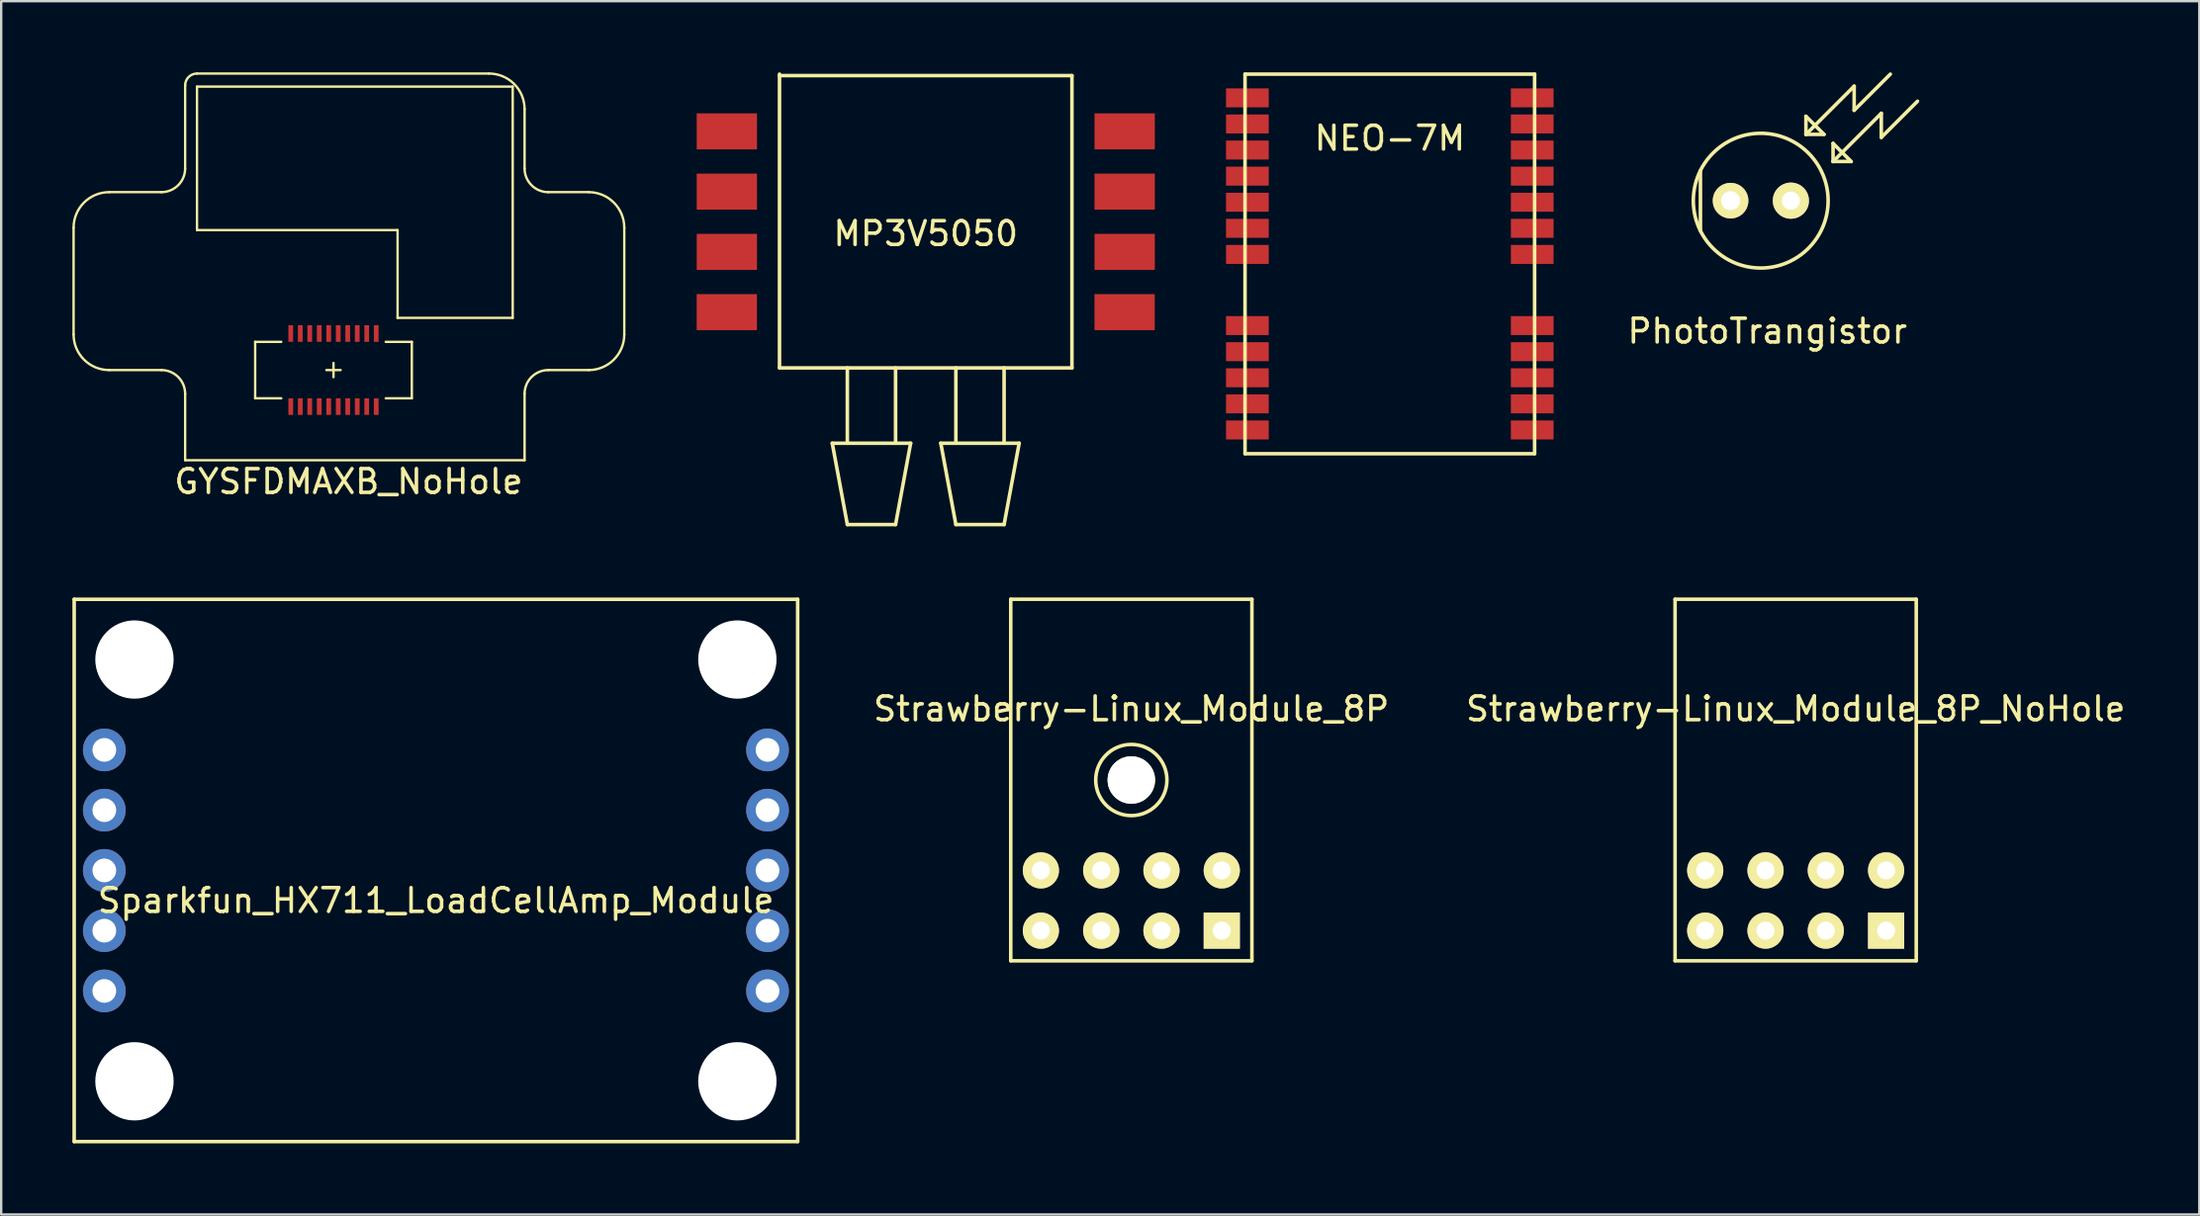
<source format=kicad_pcb>
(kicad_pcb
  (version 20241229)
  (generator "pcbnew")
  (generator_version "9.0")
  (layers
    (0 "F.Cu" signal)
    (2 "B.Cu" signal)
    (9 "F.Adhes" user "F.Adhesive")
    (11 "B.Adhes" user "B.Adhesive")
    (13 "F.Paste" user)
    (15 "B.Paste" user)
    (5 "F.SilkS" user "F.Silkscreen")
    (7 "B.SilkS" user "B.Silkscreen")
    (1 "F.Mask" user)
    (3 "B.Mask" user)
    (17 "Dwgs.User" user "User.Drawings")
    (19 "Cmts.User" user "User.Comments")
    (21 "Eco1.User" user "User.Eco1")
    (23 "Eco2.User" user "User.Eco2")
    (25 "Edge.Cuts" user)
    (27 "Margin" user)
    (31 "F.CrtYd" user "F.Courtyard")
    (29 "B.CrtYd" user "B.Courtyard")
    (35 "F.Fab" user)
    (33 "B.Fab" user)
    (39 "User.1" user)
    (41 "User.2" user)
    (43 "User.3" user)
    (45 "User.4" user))
  (footprint "NEO-7M"
    (layer "F.Cu")
    (at 55.502 8.175)
    (property "Reference" "NEO-7M" (at 0 -5.4 0) (layer "F.SilkS") (effects (font (size 1 1) (thickness 0.15))))
    (attr through_hole)
    (fp_line (start -6.1 -8.1) (end -6.1 7.9) (stroke (width 0.15) (type solid)) (layer "F.SilkS"))
    (fp_line (start -6.1 7.9) (end 6.1 7.9) (stroke (width 0.15) (type solid)) (layer "F.SilkS"))
    (fp_line (start 6.1 -8.1) (end -6.1 -8.1) (stroke (width 0.15) (type solid)) (layer "F.SilkS"))
    (fp_line (start 6.1 7.9) (end 6.1 -8.1) (stroke (width 0.15) (type solid)) (layer "F.SilkS"))
    (pad "1" smd rect (at -6 -7.1) (size 1.8 0.8) (layers "F.Cu" "F.Mask" "F.Paste"))
    (pad "2" smd rect (at -6 -6) (size 1.8 0.8) (layers "F.Cu" "F.Mask" "F.Paste"))
    (pad "3" smd rect (at -6 -4.9) (size 1.8 0.8) (layers "F.Cu" "F.Mask" "F.Paste"))
    (pad "4" smd rect (at -6 -3.8) (size 1.8 0.8) (layers "F.Cu" "F.Mask" "F.Paste"))
    (pad "5" smd rect (at -6 -2.7) (size 1.8 0.8) (layers "F.Cu" "F.Mask" "F.Paste"))
    (pad "6" smd rect (at -6 -1.6) (size 1.8 0.8) (layers "F.Cu" "F.Mask" "F.Paste"))
    (pad "7" smd rect (at -6 -0.5) (size 1.8 0.8) (layers "F.Cu" "F.Mask" "F.Paste"))
    (pad "8" smd rect (at -6 2.5) (size 1.8 0.8) (layers "F.Cu" "F.Mask" "F.Paste"))
    (pad "9" smd rect (at -6 3.6) (size 1.8 0.8) (layers "F.Cu" "F.Mask" "F.Paste"))
    (pad "10" smd rect (at -6 4.7) (size 1.8 0.8) (layers "F.Cu" "F.Mask" "F.Paste"))
    (pad "11" smd rect (at -6 5.8) (size 1.8 0.8) (layers "F.Cu" "F.Mask" "F.Paste"))
    (pad "12" smd rect (at -6 6.9) (size 1.8 0.8) (layers "F.Cu" "F.Mask" "F.Paste"))
    (pad "13" smd rect (at 6 6.9) (size 1.8 0.8) (layers "F.Cu" "F.Mask" "F.Paste"))
    (pad "14" smd rect (at 6 5.8) (size 1.8 0.8) (layers "F.Cu" "F.Mask" "F.Paste"))
    (pad "15" smd rect (at 6 4.7) (size 1.8 0.8) (layers "F.Cu" "F.Mask" "F.Paste"))
    (pad "16" smd rect (at 6 3.6) (size 1.8 0.8) (layers "F.Cu" "F.Mask" "F.Paste"))
    (pad "17" smd rect (at 6 2.5) (size 1.8 0.8) (layers "F.Cu" "F.Mask" "F.Paste"))
    (pad "18" smd rect (at 6 -0.5) (size 1.8 0.8) (layers "F.Cu" "F.Mask" "F.Paste"))
    (pad "19" smd rect (at 6 -1.6) (size 1.8 0.8) (layers "F.Cu" "F.Mask" "F.Paste"))
    (pad "20" smd rect (at 6 -2.7) (size 1.8 0.8) (layers "F.Cu" "F.Mask" "F.Paste"))
    (pad "21" smd rect (at 6 -3.8) (size 1.8 0.8) (layers "F.Cu" "F.Mask" "F.Paste"))
    (pad "22" smd rect (at 6 -4.9) (size 1.8 0.8) (layers "F.Cu" "F.Mask" "F.Paste"))
    (pad "23" smd rect (at 6 -6) (size 1.8 0.8) (layers "F.Cu" "F.Mask" "F.Paste"))
    (pad "24" smd rect (at 6 -7.1) (size 1.8 0.8) (layers "F.Cu" "F.Mask" "F.Paste")))
  (footprint "PhotoTrangistor"
    (layer "F.Cu")
    (at 69.858 5.409)
    (property "Reference" "PhotoTrangistor" (at 1.55 5.5 0) (layer "F.SilkS") (effects (font (size 1 1) (thickness 0.15))))
    (attr through_hole)
    (fp_line (start -1.27 -1.27) (end -1.27 1.27) (stroke (width 0.15) (type solid)) (layer "F.SilkS"))
    (fp_line (start 3.175 -3.556) (end 3.175 -2.794) (stroke (width 0.15) (type solid)) (layer "F.SilkS"))
    (fp_line (start 3.175 -2.794) (end 3.937 -2.794) (stroke (width 0.15) (type solid)) (layer "F.SilkS"))
    (fp_line (start 3.175 -2.794) (end 5.207 -4.826) (stroke (width 0.15) (type solid)) (layer "F.SilkS"))
    (fp_line (start 3.937 -2.794) (end 3.175 -3.556) (stroke (width 0.15) (type solid)) (layer "F.SilkS"))
    (fp_line (start 4.318 -2.413) (end 4.318 -1.651) (stroke (width 0.15) (type solid)) (layer "F.SilkS"))
    (fp_line (start 4.318 -1.651) (end 5.08 -1.651) (stroke (width 0.15) (type solid)) (layer "F.SilkS"))
    (fp_line (start 4.318 -1.651) (end 6.35 -3.683) (stroke (width 0.15) (type solid)) (layer "F.SilkS"))
    (fp_line (start 5.08 -1.651) (end 4.318 -2.413) (stroke (width 0.15) (type solid)) (layer "F.SilkS"))
    (fp_line (start 5.207 -4.826) (end 5.207 -3.81) (stroke (width 0.15) (type solid)) (layer "F.SilkS"))
    (fp_line (start 5.207 -3.81) (end 6.731 -5.334) (stroke (width 0.15) (type solid)) (layer "F.SilkS"))
    (fp_line (start 6.35 -3.683) (end 6.35 -2.667) (stroke (width 0.15) (type solid)) (layer "F.SilkS"))
    (fp_line (start 6.35 -2.667) (end 7.874 -4.191) (stroke (width 0.15) (type solid)) (layer "F.SilkS"))
    (fp_circle (center 1.27 0) (end 3.81 1.27) (stroke (width 0.15) (type solid)) (fill no) (layer "F.SilkS"))
    (pad "1" thru_hole circle (at 0 0) (size 1.5 1.5) (drill 0.8) (layers "*.Cu" "*.Mask" "F.SilkS"))
    (pad "3" thru_hole circle (at 2.54 0) (size 1.524 1.524) (drill 0.762) (layers "*.Cu" "*.Mask" "F.SilkS")))
  (footprint "Strawberry-Linux_Module_8P"
    (layer "F.Cu")
    (at 44.612 29.831)
    (property "Reference" "Strawberry-Linux_Module_8P" (at 0 -3 0) (layer "F.SilkS") (effects (font (size 1 1) (thickness 0.15))))
    (attr through_hole)
    (fp_line (start -5.08 -7.62) (end 5.08 -7.62) (stroke (width 0.15) (type solid)) (layer "F.SilkS"))
    (fp_line (start -5.08 7.62) (end -5.08 -7.62) (stroke (width 0.15) (type solid)) (layer "F.SilkS"))
    (fp_line (start 5.08 -7.62) (end 5.08 7.62) (stroke (width 0.15) (type solid)) (layer "F.SilkS"))
    (fp_line (start 5.08 7.62) (end -5.08 7.62) (stroke (width 0.15) (type solid)) (layer "F.SilkS"))
    (fp_circle (center 0 0) (end 1.5 0) (stroke (width 0.15) (type solid)) (fill no) (layer "F.SilkS"))
    (pad "" np_thru_hole circle (at 0 0) (size 2 2) (drill 2) (layers "*.Cu" "*.Mask" "F.SilkS"))
    (pad "1" thru_hole rect (at 3.81 6.35) (size 1.524 1.524) (drill 0.762) (layers "*.Cu" "*.Mask" "F.SilkS"))
    (pad "2" thru_hole circle (at 1.27 6.35) (size 1.524 1.524) (drill 0.762) (layers "*.Cu" "*.Mask" "F.SilkS"))
    (pad "3" thru_hole circle (at -1.27 6.35) (size 1.524 1.524) (drill 0.762) (layers "*.Cu" "*.Mask" "F.SilkS"))
    (pad "4" thru_hole circle (at -3.81 6.35) (size 1.524 1.524) (drill 0.762) (layers "*.Cu" "*.Mask" "F.SilkS"))
    (pad "5" thru_hole circle (at 3.81 3.81) (size 1.524 1.524) (drill 0.762) (layers "*.Cu" "*.Mask" "F.SilkS"))
    (pad "6" thru_hole circle (at 1.27 3.81) (size 1.524 1.524) (drill 0.762) (layers "*.Cu" "*.Mask" "F.SilkS"))
    (pad "7" thru_hole circle (at -1.27 3.81) (size 1.524 1.524) (drill 0.762) (layers "*.Cu" "*.Mask" "F.SilkS"))
    (pad "8" thru_hole circle (at -3.81 3.81) (size 1.524 1.524) (drill 0.762) (layers "*.Cu" "*.Mask" "F.SilkS")))
  (footprint "GYSFDMAXB_NoHole"
    (layer "F.Cu")
    (at 11 12.55)
    (property "Reference" "GYSFDMAXB_NoHole" (at 0.635 4.699 0) (layer "F.SilkS") (effects (font (size 1 1) (thickness 0.15))))
    (attr through_hole)
    (fp_line (start -10.95 -6) (end -10.95 -1.5) (stroke (width 0.1) (type solid)) (layer "F.SilkS"))
    (fp_line (start -9.45 -7.5) (end -7.25 -7.5) (stroke (width 0.1) (type solid)) (layer "F.SilkS"))
    (fp_line (start -7.25 0) (end -9.45 0) (stroke (width 0.1) (type solid)) (layer "F.SilkS"))
    (fp_line (start -6.25 -12) (end -6.25 -8.5) (stroke (width 0.1) (type solid)) (layer "F.SilkS"))
    (fp_line (start -6.25 3.8) (end -6.25 1) (stroke (width 0.1) (type solid)) (layer "F.SilkS"))
    (fp_line (start -5.75 -12.5) (end 6.55 -12.5) (stroke (width 0.1) (type solid)) (layer "F.SilkS"))
    (fp_line (start -5.75 -11.95) (end 7.55 -11.95) (stroke (width 0.1) (type solid)) (layer "F.SilkS"))
    (fp_line (start -5.75 -5.9) (end -5.75 -11.95) (stroke (width 0.1) (type solid)) (layer "F.SilkS"))
    (fp_line (start -3.3 -1.19) (end -3.3 1.19) (stroke (width 0.1) (type solid)) (layer "F.SilkS"))
    (fp_line (start -3.3 -1.19) (end -2.2 -1.19) (stroke (width 0.1) (type solid)) (layer "F.SilkS"))
    (fp_line (start -3.3 1.19) (end -2.2 1.19) (stroke (width 0.1) (type solid)) (layer "F.SilkS"))
    (fp_line (start 0 -0.3) (end 0 0.3) (stroke (width 0.1) (type solid)) (layer "F.SilkS"))
    (fp_line (start 0.3 0) (end -0.3 0) (stroke (width 0.1) (type solid)) (layer "F.SilkS"))
    (fp_line (start 2.7 -5.9) (end -5.75 -5.9) (stroke (width 0.1) (type solid)) (layer "F.SilkS"))
    (fp_line (start 2.7 -2.2) (end 2.7 -5.9) (stroke (width 0.1) (type solid)) (layer "F.SilkS"))
    (fp_line (start 3.3 -1.19) (end 2.2 -1.19) (stroke (width 0.1) (type solid)) (layer "F.SilkS"))
    (fp_line (start 3.3 -1.19) (end 3.3 1.19) (stroke (width 0.1) (type solid)) (layer "F.SilkS"))
    (fp_line (start 3.3 1.19) (end 2.2 1.19) (stroke (width 0.1) (type solid)) (layer "F.SilkS"))
    (fp_line (start 7.55 -11.95) (end 7.55 -2.2) (stroke (width 0.1) (type solid)) (layer "F.SilkS"))
    (fp_line (start 7.55 -2.2) (end 2.7 -2.2) (stroke (width 0.1) (type solid)) (layer "F.SilkS"))
    (fp_line (start 8.05 -11) (end 8.05 -8.5) (stroke (width 0.1) (type solid)) (layer "F.SilkS"))
    (fp_line (start 8.05 1) (end 8.05 3.8) (stroke (width 0.1) (type solid)) (layer "F.SilkS"))
    (fp_line (start 8.05 3.8) (end -6.25 3.8) (stroke (width 0.1) (type solid)) (layer "F.SilkS"))
    (fp_line (start 9.05 -7.5) (end 10.75 -7.5) (stroke (width 0.1) (type solid)) (layer "F.SilkS"))
    (fp_line (start 10.75 0) (end 9.05 0) (stroke (width 0.1) (type solid)) (layer "F.SilkS"))
    (fp_line (start 12.25 -6) (end 12.25 -1.5) (stroke (width 0.1) (type solid)) (layer "F.SilkS"))
    (fp_arc (start -10.95 -6) (mid -10.51066 -7.06066) (end -9.45 -7.5) (stroke (width 0.1) (type solid)) (layer "F.SilkS"))
    (fp_arc (start -9.45 0) (mid -10.51066 -0.43934) (end -10.95 -1.5) (stroke (width 0.1) (type solid)) (layer "F.SilkS"))
    (fp_arc (start -7.25 0) (mid -6.542893 0.292893) (end -6.25 1) (stroke (width 0.1) (type solid)) (layer "F.SilkS"))
    (fp_arc (start -6.25 -12) (mid -6.103553 -12.353553) (end -5.75 -12.5) (stroke (width 0.1) (type solid)) (layer "F.SilkS"))
    (fp_arc (start -6.25 -8.5) (mid -6.542893 -7.792893) (end -7.25 -7.5) (stroke (width 0.1) (type solid)) (layer "F.SilkS"))
    (fp_arc (start 6.55 -12.5) (mid 7.61066 -12.06066) (end 8.05 -11) (stroke (width 0.1) (type solid)) (layer "F.SilkS"))
    (fp_arc (start 8.05 1) (mid 8.342893 0.292893) (end 9.05 0) (stroke (width 0.1) (type solid)) (layer "F.SilkS"))
    (fp_arc (start 9.05 -7.5) (mid 8.342893 -7.792893) (end 8.05 -8.5) (stroke (width 0.1) (type solid)) (layer "F.SilkS"))
    (fp_arc (start 10.75 -7.5) (mid 11.81066 -7.06066) (end 12.25 -6) (stroke (width 0.1) (type solid)) (layer "F.SilkS"))
    (fp_arc (start 12.25 -1.5) (mid 11.81066 -0.43934) (end 10.75 0) (stroke (width 0.1) (type solid)) (layer "F.SilkS"))
    (pad "1" smd rect (at 1.8 1.54) (size 0.2 0.7) (layers "F.Cu" "F.Mask" "F.Paste"))
    (pad "2" smd rect (at 1.8 -1.54) (size 0.2 0.7) (layers "F.Cu" "F.Mask" "F.Paste"))
    (pad "3" smd rect (at 1.4 1.54) (size 0.2 0.7) (layers "F.Cu" "F.Mask" "F.Paste"))
    (pad "4" smd rect (at 1.4 -1.54) (size 0.2 0.7) (layers "F.Cu" "F.Mask" "F.Paste"))
    (pad "5" smd rect (at 1 1.54) (size 0.2 0.7) (layers "F.Cu" "F.Mask" "F.Paste"))
    (pad "6" smd rect (at 1 -1.54) (size 0.2 0.7) (layers "F.Cu" "F.Mask" "F.Paste"))
    (pad "7" smd rect (at 0.6 1.54) (size 0.2 0.7) (layers "F.Cu" "F.Mask" "F.Paste"))
    (pad "8" smd rect (at 0.6 -1.54) (size 0.2 0.7) (layers "F.Cu" "F.Mask" "F.Paste"))
    (pad "9" smd rect (at 0.2 1.54) (size 0.2 0.7) (layers "F.Cu" "F.Mask" "F.Paste"))
    (pad "10" smd rect (at 0.2 -1.54) (size 0.2 0.7) (layers "F.Cu" "F.Mask" "F.Paste"))
    (pad "11" smd rect (at -0.2 1.54) (size 0.2 0.7) (layers "F.Cu" "F.Mask" "F.Paste"))
    (pad "12" smd rect (at -0.2 -1.54) (size 0.2 0.7) (layers "F.Cu" "F.Mask" "F.Paste"))
    (pad "13" smd rect (at -0.6 1.54) (size 0.2 0.7) (layers "F.Cu" "F.Mask" "F.Paste"))
    (pad "14" smd rect (at -0.6 -1.54) (size 0.2 0.7) (layers "F.Cu" "F.Mask" "F.Paste"))
    (pad "15" smd rect (at -1 1.54) (size 0.2 0.7) (layers "F.Cu" "F.Mask" "F.Paste"))
    (pad "16" smd rect (at -1 -1.54) (size 0.2 0.7) (layers "F.Cu" "F.Mask" "F.Paste"))
    (pad "17" smd rect (at -1.4 1.54) (size 0.2 0.7) (layers "F.Cu" "F.Mask" "F.Paste"))
    (pad "18" smd rect (at -1.4 -1.54) (size 0.2 0.7) (layers "F.Cu" "F.Mask" "F.Paste"))
    (pad "19" smd rect (at -1.8 1.54) (size 0.2 0.7) (layers "F.Cu" "F.Mask" "F.Paste"))
    (pad "20" smd rect (at -1.8 -1.54) (size 0.2 0.7) (layers "F.Cu" "F.Mask" "F.Paste")))
  (footprint "Sparkfun_HX711_LoadCellAmp_Module"
    (layer "F.Cu")
    (at 15.315 33.642)
    (property "Reference" "Sparkfun_HX711_LoadCellAmp_Module" (at 0 1.27 0) (layer "F.SilkS") (effects (font (size 1 1) (thickness 0.15))))
    (attr through_hole)
    (fp_line (start -15.24 -11.43) (end 15.24 -11.43) (stroke (width 0.15) (type solid)) (layer "F.SilkS"))
    (fp_line (start -15.24 11.43) (end -15.24 -11.43) (stroke (width 0.15) (type solid)) (layer "F.SilkS"))
    (fp_line (start 15.24 -11.43) (end 15.24 11.43) (stroke (width 0.15) (type solid)) (layer "F.SilkS"))
    (fp_line (start 15.24 11.43) (end -15.24 11.43) (stroke (width 0.15) (type solid)) (layer "F.SilkS"))
    (pad "" np_thru_hole circle (at -12.7 -8.89) (size 3.3 3.3) (drill 3.3) (layers "*.Cu" "*.Mask"))
    (pad "" np_thru_hole circle (at -12.7 8.89) (size 3.3 3.3) (drill 3.3) (layers "*.Cu" "*.Mask"))
    (pad "" np_thru_hole circle (at 12.7 -8.89) (size 3.3 3.3) (drill 3.3) (layers "*.Cu" "*.Mask"))
    (pad "" np_thru_hole circle (at 12.7 8.89) (size 3.3 3.3) (drill 3.3) (layers "*.Cu" "*.Mask"))
    (pad "1" thru_hole circle (at 13.97 -5.08) (size 1.8 1.8) (drill 1) (layers "*.Cu" "*.Mask"))
    (pad "2" thru_hole circle (at 13.97 -2.54) (size 1.8 1.8) (drill 1) (layers "*.Cu" "*.Mask"))
    (pad "3" thru_hole circle (at 13.97 0) (size 1.8 1.8) (drill 1) (layers "*.Cu" "*.Mask"))
    (pad "4" thru_hole circle (at 13.97 2.54) (size 1.8 1.8) (drill 1) (layers "*.Cu" "*.Mask"))
    (pad "5" thru_hole circle (at 13.97 5.08) (size 1.8 1.8) (drill 1) (layers "*.Cu" "*.Mask"))
    (pad "6" thru_hole circle (at -13.97 -5.08) (size 1.8 1.8) (drill 1) (layers "*.Cu" "*.Mask"))
    (pad "7" thru_hole circle (at -13.97 -2.54) (size 1.8 1.8) (drill 1) (layers "*.Cu" "*.Mask"))
    (pad "8" thru_hole circle (at -13.97 0) (size 1.8 1.8) (drill 1) (layers "*.Cu" "*.Mask"))
    (pad "9" thru_hole circle (at -13.97 2.54) (size 1.8 1.8) (drill 1) (layers "*.Cu" "*.Mask"))
    (pad "10" thru_hole circle (at -13.97 5.08) (size 1.8 1.8) (drill 1) (layers "*.Cu" "*.Mask")))
  (footprint "MP3V5050"
    (layer "F.Cu")
    (at 35.95 6.298)
    (property "Reference" "MP3V5050" (at 0 0.5 0) (layer "F.SilkS") (effects (font (size 1 1) (thickness 0.15))))
    (attr through_hole)
    (fp_line (start -6.16 -6.223) (end -6.16 6.16) (stroke (width 0.15) (type solid)) (layer "F.SilkS"))
    (fp_line (start -6.16 -6.16) (end 6.16 -6.16) (stroke (width 0.15) (type solid)) (layer "F.SilkS"))
    (fp_line (start -6.16 6.16) (end 6.16 6.16) (stroke (width 0.15) (type solid)) (layer "F.SilkS"))
    (fp_line (start -3.937 9.335) (end -3.302 12.764) (stroke (width 0.15) (type solid)) (layer "F.SilkS"))
    (fp_line (start -3.302 6.16) (end -3.302 9.335) (stroke (width 0.15) (type solid)) (layer "F.SilkS"))
    (fp_line (start -1.27 6.16) (end -1.27 9.335) (stroke (width 0.15) (type solid)) (layer "F.SilkS"))
    (fp_line (start -1.27 12.764) (end -3.302 12.764) (stroke (width 0.15) (type solid)) (layer "F.SilkS"))
    (fp_line (start -0.635 9.335) (end -3.937 9.335) (stroke (width 0.15) (type solid)) (layer "F.SilkS"))
    (fp_line (start -0.635 9.335) (end -1.27 12.764) (stroke (width 0.15) (type solid)) (layer "F.SilkS"))
    (fp_line (start 0.635 9.335) (end 1.27 12.764) (stroke (width 0.15) (type solid)) (layer "F.SilkS"))
    (fp_line (start 1.27 6.16) (end 1.27 9.335) (stroke (width 0.15) (type solid)) (layer "F.SilkS"))
    (fp_line (start 3.302 6.16) (end 3.302 9.335) (stroke (width 0.15) (type solid)) (layer "F.SilkS"))
    (fp_line (start 3.302 12.764) (end 1.27 12.764) (stroke (width 0.15) (type solid)) (layer "F.SilkS"))
    (fp_line (start 3.937 9.335) (end 0.635 9.335) (stroke (width 0.15) (type solid)) (layer "F.SilkS"))
    (fp_line (start 3.937 9.335) (end 3.302 12.764) (stroke (width 0.15) (type solid)) (layer "F.SilkS"))
    (fp_line (start 6.16 6.16) (end 6.16 -6.16) (stroke (width 0.15) (type solid)) (layer "F.SilkS"))
    (pad "1" smd rect (at 8.38 3.81) (size 2.54 1.52) (layers "F.Cu" "F.Mask" "F.Paste"))
    (pad "2" smd rect (at 8.382 1.27) (size 2.54 1.52) (layers "F.Cu" "F.Mask" "F.Paste"))
    (pad "3" smd rect (at 8.382 -1.27) (size 2.54 1.52) (layers "F.Cu" "F.Mask" "F.Paste"))
    (pad "4" smd rect (at 8.382 -3.81) (size 2.54 1.52) (layers "F.Cu" "F.Mask" "F.Paste"))
    (pad "5" smd rect (at -8.378 -3.81) (size 2.54 1.52) (layers "F.Cu" "F.Mask" "F.Paste"))
    (pad "6" smd rect (at -8.378 -1.27) (size 2.54 1.52) (layers "F.Cu" "F.Mask" "F.Paste"))
    (pad "7" smd rect (at -8.378 1.27) (size 2.54 1.52) (layers "F.Cu" "F.Mask" "F.Paste"))
    (pad "8" smd rect (at -8.38 3.81) (size 2.54 1.52) (layers "F.Cu" "F.Mask" "F.Paste")))
  (footprint "Strawberry-Linux_Module_8P_NoHole"
    (layer "F.Cu")
    (at 72.6 29.831)
    (property "Reference" "Strawberry-Linux_Module_8P_NoHole" (at 0 -3 0) (layer "F.SilkS") (effects (font (size 1 1) (thickness 0.15))))
    (attr through_hole)
    (fp_line (start -5.08 -7.62) (end 5.08 -7.62) (stroke (width 0.15) (type solid)) (layer "F.SilkS"))
    (fp_line (start -5.08 7.62) (end -5.08 -7.62) (stroke (width 0.15) (type solid)) (layer "F.SilkS"))
    (fp_line (start 5.08 -7.62) (end 5.08 7.62) (stroke (width 0.15) (type solid)) (layer "F.SilkS"))
    (fp_line (start 5.08 7.62) (end -5.08 7.62) (stroke (width 0.15) (type solid)) (layer "F.SilkS"))
    (pad "1" thru_hole rect (at 3.81 6.35) (size 1.524 1.524) (drill 0.762) (layers "*.Cu" "*.Mask" "F.SilkS"))
    (pad "2" thru_hole circle (at 1.27 6.35) (size 1.524 1.524) (drill 0.762) (layers "*.Cu" "*.Mask" "F.SilkS"))
    (pad "3" thru_hole circle (at -1.27 6.35) (size 1.524 1.524) (drill 0.762) (layers "*.Cu" "*.Mask" "F.SilkS"))
    (pad "4" thru_hole circle (at -3.81 6.35) (size 1.524 1.524) (drill 0.762) (layers "*.Cu" "*.Mask" "F.SilkS"))
    (pad "5" thru_hole circle (at 3.81 3.81) (size 1.524 1.524) (drill 0.762) (layers "*.Cu" "*.Mask" "F.SilkS"))
    (pad "6" thru_hole circle (at 1.27 3.81) (size 1.524 1.524) (drill 0.762) (layers "*.Cu" "*.Mask" "F.SilkS"))
    (pad "7" thru_hole circle (at -1.27 3.81) (size 1.524 1.524) (drill 0.762) (layers "*.Cu" "*.Mask" "F.SilkS"))
    (pad "8" thru_hole circle (at -3.81 3.81) (size 1.524 1.524) (drill 0.762) (layers "*.Cu" "*.Mask" "F.SilkS")))
  (gr_rect
    (start -3 -3)
    (end 89.606 48.147)
    (stroke (width 0.1) (type default))
    (fill no)
    (layer "Edge.Cuts")))
</source>
